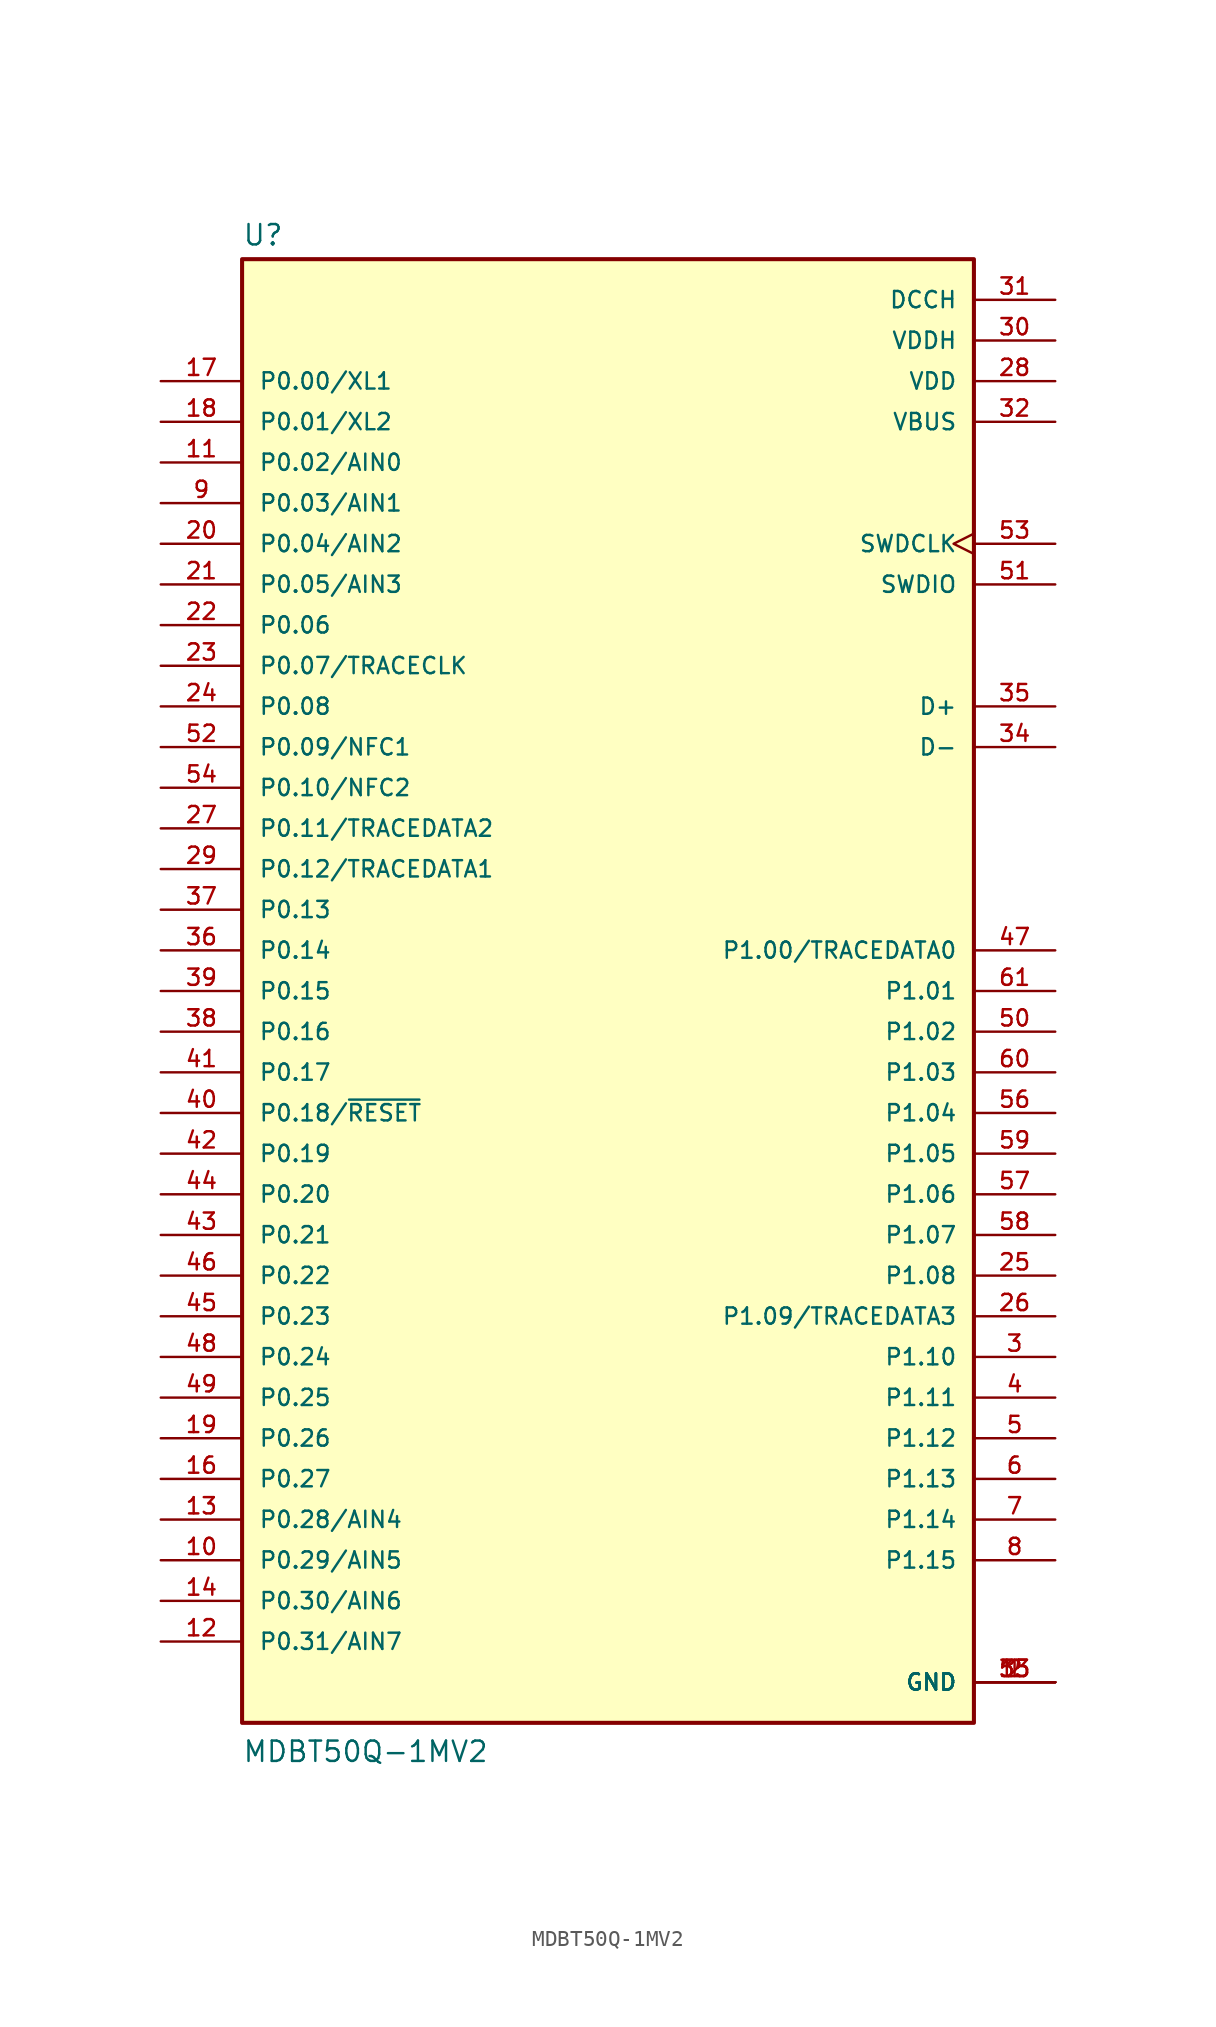
<source format=kicad_sym>
(kicad_symbol_lib
  (version 20211014)
  (generator kicad_symbol_editor)
  (symbol "MDBT50Q-1MV2"
    (pin_names
      (offset 1.016))
    (property "Reference" "U"
      (at -22.86 46.482 0)
      (effects (font (size 1.27 1.27)) (justify left bottom)))
    (property "Value" "MDBT50Q-1MV2"
      (at -22.86 -48.26 0)
      (effects (font (size 1.27 1.27)) (justify left bottom)))
    (symbol "MDBT50Q-1MV2_0_0"
      (rectangle (start -22.86 -45.72) (end 22.86 45.72) (stroke (width 0.254) (type default) (color 0 0 0 0)) (fill (type background)))
      (pin power_in line (at 27.94 -43.18 180) (length 5.08) (name "GND" (effects (font (size 1.016 1.016)))) (number "1" (effects (font (size 1.016 1.016)))))
      (pin bidirectional line (at -27.94 -35.56 0) (length 5.08) (name "P0.29/AIN5" (effects (font (size 1.016 1.016)))) (number "10" (effects (font (size 1.016 1.016)))))
      (pin bidirectional line (at -27.94 33.02 0) (length 5.08) (name "P0.02/AIN0" (effects (font (size 1.016 1.016)))) (number "11" (effects (font (size 1.016 1.016)))))
      (pin bidirectional line (at -27.94 -40.64 0) (length 5.08) (name "P0.31/AIN7" (effects (font (size 1.016 1.016)))) (number "12" (effects (font (size 1.016 1.016)))))
      (pin bidirectional line (at -27.94 -33.02 0) (length 5.08) (name "P0.28/AIN4" (effects (font (size 1.016 1.016)))) (number "13" (effects (font (size 1.016 1.016)))))
      (pin bidirectional line (at -27.94 -38.1 0) (length 5.08) (name "P0.30/AIN6" (effects (font (size 1.016 1.016)))) (number "14" (effects (font (size 1.016 1.016)))))
      (pin power_in line (at 27.94 -43.18 180) (length 5.08) (name "GND" (effects (font (size 1.016 1.016)))) (number "15" (effects (font (size 1.016 1.016)))))
      (pin bidirectional line (at -27.94 -30.48 0) (length 5.08) (name "P0.27" (effects (font (size 1.016 1.016)))) (number "16" (effects (font (size 1.016 1.016)))))
      (pin bidirectional line (at -27.94 38.1 0) (length 5.08) (name "P0.00/XL1" (effects (font (size 1.016 1.016)))) (number "17" (effects (font (size 1.016 1.016)))))
      (pin bidirectional line (at -27.94 35.56 0) (length 5.08) (name "P0.01/XL2" (effects (font (size 1.016 1.016)))) (number "18" (effects (font (size 1.016 1.016)))))
      (pin bidirectional line (at -27.94 -27.94 0) (length 5.08) (name "P0.26" (effects (font (size 1.016 1.016)))) (number "19" (effects (font (size 1.016 1.016)))))
      (pin power_in line (at 27.94 -43.18 180) (length 5.08) (name "GND" (effects (font (size 1.016 1.016)))) (number "2" (effects (font (size 1.016 1.016)))))
      (pin bidirectional line (at -27.94 27.94 0) (length 5.08) (name "P0.04/AIN2" (effects (font (size 1.016 1.016)))) (number "20" (effects (font (size 1.016 1.016)))))
      (pin bidirectional line (at -27.94 25.4 0) (length 5.08) (name "P0.05/AIN3" (effects (font (size 1.016 1.016)))) (number "21" (effects (font (size 1.016 1.016)))))
      (pin bidirectional line (at -27.94 22.86 0) (length 5.08) (name "P0.06" (effects (font (size 1.016 1.016)))) (number "22" (effects (font (size 1.016 1.016)))))
      (pin bidirectional line (at -27.94 20.32 0) (length 5.08) (name "P0.07/TRACECLK" (effects (font (size 1.016 1.016)))) (number "23" (effects (font (size 1.016 1.016)))))
      (pin bidirectional line (at -27.94 17.78 0) (length 5.08) (name "P0.08" (effects (font (size 1.016 1.016)))) (number "24" (effects (font (size 1.016 1.016)))))
      (pin bidirectional line (at 27.94 -17.78 180) (length 5.08) (name "P1.08" (effects (font (size 1.016 1.016)))) (number "25" (effects (font (size 1.016 1.016)))))
      (pin bidirectional line (at 27.94 -20.32 180) (length 5.08) (name "P1.09/TRACEDATA3" (effects (font (size 1.016 1.016)))) (number "26" (effects (font (size 1.016 1.016)))))
      (pin bidirectional line (at -27.94 10.16 0) (length 5.08) (name "P0.11/TRACEDATA2" (effects (font (size 1.016 1.016)))) (number "27" (effects (font (size 1.016 1.016)))))
      (pin power_in line (at 27.94 38.1 180) (length 5.08) (name "VDD" (effects (font (size 1.016 1.016)))) (number "28" (effects (font (size 1.016 1.016)))))
      (pin bidirectional line (at -27.94 7.62 0) (length 5.08) (name "P0.12/TRACEDATA1" (effects (font (size 1.016 1.016)))) (number "29" (effects (font (size 1.016 1.016)))))
      (pin bidirectional line (at 27.94 -22.86 180) (length 5.08) (name "P1.10" (effects (font (size 1.016 1.016)))) (number "3" (effects (font (size 1.016 1.016)))))
      (pin power_in line (at 27.94 40.64 180) (length 5.08) (name "VDDH" (effects (font (size 1.016 1.016)))) (number "30" (effects (font (size 1.016 1.016)))))
      (pin power_in line (at 27.94 43.18 180) (length 5.08) (name "DCCH" (effects (font (size 1.016 1.016)))) (number "31" (effects (font (size 1.016 1.016)))))
      (pin power_in line (at 27.94 35.56 180) (length 5.08) (name "VBUS" (effects (font (size 1.016 1.016)))) (number "32" (effects (font (size 1.016 1.016)))))
      (pin power_in line (at 27.94 -43.18 180) (length 5.08) (name "GND" (effects (font (size 1.016 1.016)))) (number "33" (effects (font (size 1.016 1.016)))))
      (pin bidirectional line (at 27.94 15.24 180) (length 5.08) (name "D-" (effects (font (size 1.016 1.016)))) (number "34" (effects (font (size 1.016 1.016)))))
      (pin bidirectional line (at 27.94 17.78 180) (length 5.08) (name "D+" (effects (font (size 1.016 1.016)))) (number "35" (effects (font (size 1.016 1.016)))))
      (pin bidirectional line (at -27.94 2.54 0) (length 5.08) (name "P0.14" (effects (font (size 1.016 1.016)))) (number "36" (effects (font (size 1.016 1.016)))))
      (pin bidirectional line (at -27.94 5.08 0) (length 5.08) (name "P0.13" (effects (font (size 1.016 1.016)))) (number "37" (effects (font (size 1.016 1.016)))))
      (pin bidirectional line (at -27.94 -2.54 0) (length 5.08) (name "P0.16" (effects (font (size 1.016 1.016)))) (number "38" (effects (font (size 1.016 1.016)))))
      (pin bidirectional line (at -27.94 0 0) (length 5.08) (name "P0.15" (effects (font (size 1.016 1.016)))) (number "39" (effects (font (size 1.016 1.016)))))
      (pin bidirectional line (at 27.94 -25.4 180) (length 5.08) (name "P1.11" (effects (font (size 1.016 1.016)))) (number "4" (effects (font (size 1.016 1.016)))))
      (pin bidirectional line (at -27.94 -7.62 0) (length 5.08) (name "P0.18/~{RESET}" (effects (font (size 1.016 1.016)))) (number "40" (effects (font (size 1.016 1.016)))))
      (pin bidirectional line (at -27.94 -5.08 0) (length 5.08) (name "P0.17" (effects (font (size 1.016 1.016)))) (number "41" (effects (font (size 1.016 1.016)))))
      (pin bidirectional line (at -27.94 -10.16 0) (length 5.08) (name "P0.19" (effects (font (size 1.016 1.016)))) (number "42" (effects (font (size 1.016 1.016)))))
      (pin bidirectional line (at -27.94 -15.24 0) (length 5.08) (name "P0.21" (effects (font (size 1.016 1.016)))) (number "43" (effects (font (size 1.016 1.016)))))
      (pin bidirectional line (at -27.94 -12.7 0) (length 5.08) (name "P0.20" (effects (font (size 1.016 1.016)))) (number "44" (effects (font (size 1.016 1.016)))))
      (pin bidirectional line (at -27.94 -20.32 0) (length 5.08) (name "P0.23" (effects (font (size 1.016 1.016)))) (number "45" (effects (font (size 1.016 1.016)))))
      (pin bidirectional line (at -27.94 -17.78 0) (length 5.08) (name "P0.22" (effects (font (size 1.016 1.016)))) (number "46" (effects (font (size 1.016 1.016)))))
      (pin bidirectional line (at 27.94 2.54 180) (length 5.08) (name "P1.00/TRACEDATA0" (effects (font (size 1.016 1.016)))) (number "47" (effects (font (size 1.016 1.016)))))
      (pin bidirectional line (at -27.94 -22.86 0) (length 5.08) (name "P0.24" (effects (font (size 1.016 1.016)))) (number "48" (effects (font (size 1.016 1.016)))))
      (pin bidirectional line (at -27.94 -25.4 0) (length 5.08) (name "P0.25" (effects (font (size 1.016 1.016)))) (number "49" (effects (font (size 1.016 1.016)))))
      (pin bidirectional line (at 27.94 -27.94 180) (length 5.08) (name "P1.12" (effects (font (size 1.016 1.016)))) (number "5" (effects (font (size 1.016 1.016)))))
      (pin bidirectional line (at 27.94 -2.54 180) (length 5.08) (name "P1.02" (effects (font (size 1.016 1.016)))) (number "50" (effects (font (size 1.016 1.016)))))
      (pin bidirectional line (at 27.94 25.4 180) (length 5.08) (name "SWDIO" (effects (font (size 1.016 1.016)))) (number "51" (effects (font (size 1.016 1.016)))))
      (pin bidirectional line (at -27.94 15.24 0) (length 5.08) (name "P0.09/NFC1" (effects (font (size 1.016 1.016)))) (number "52" (effects (font (size 1.016 1.016)))))
      (pin input clock (at 27.94 27.94 180) (length 5.08) (name "SWDCLK" (effects (font (size 1.016 1.016)))) (number "53" (effects (font (size 1.016 1.016)))))
      (pin bidirectional line (at -27.94 12.7 0) (length 5.08) (name "P0.10/NFC2" (effects (font (size 1.016 1.016)))) (number "54" (effects (font (size 1.016 1.016)))))
      (pin power_in line (at 27.94 -43.18 180) (length 5.08) (name "GND" (effects (font (size 1.016 1.016)))) (number "55" (effects (font (size 1.016 1.016)))))
      (pin bidirectional line (at 27.94 -7.62 180) (length 5.08) (name "P1.04" (effects (font (size 1.016 1.016)))) (number "56" (effects (font (size 1.016 1.016)))))
      (pin bidirectional line (at 27.94 -12.7 180) (length 5.08) (name "P1.06" (effects (font (size 1.016 1.016)))) (number "57" (effects (font (size 1.016 1.016)))))
      (pin bidirectional line (at 27.94 -15.24 180) (length 5.08) (name "P1.07" (effects (font (size 1.016 1.016)))) (number "58" (effects (font (size 1.016 1.016)))))
      (pin bidirectional line (at 27.94 -10.16 180) (length 5.08) (name "P1.05" (effects (font (size 1.016 1.016)))) (number "59" (effects (font (size 1.016 1.016)))))
      (pin bidirectional line (at 27.94 -30.48 180) (length 5.08) (name "P1.13" (effects (font (size 1.016 1.016)))) (number "6" (effects (font (size 1.016 1.016)))))
      (pin bidirectional line (at 27.94 -5.08 180) (length 5.08) (name "P1.03" (effects (font (size 1.016 1.016)))) (number "60" (effects (font (size 1.016 1.016)))))
      (pin bidirectional line (at 27.94 0 180) (length 5.08) (name "P1.01" (effects (font (size 1.016 1.016)))) (number "61" (effects (font (size 1.016 1.016)))))
      (pin bidirectional line (at 27.94 -33.02 180) (length 5.08) (name "P1.14" (effects (font (size 1.016 1.016)))) (number "7" (effects (font (size 1.016 1.016)))))
      (pin bidirectional line (at 27.94 -35.56 180) (length 5.08) (name "P1.15" (effects (font (size 1.016 1.016)))) (number "8" (effects (font (size 1.016 1.016)))))
      (pin bidirectional line (at -27.94 30.48 0) (length 5.08) (name "P0.03/AIN1" (effects (font (size 1.016 1.016)))) (number "9" (effects (font (size 1.016 1.016))))))))
</source>
